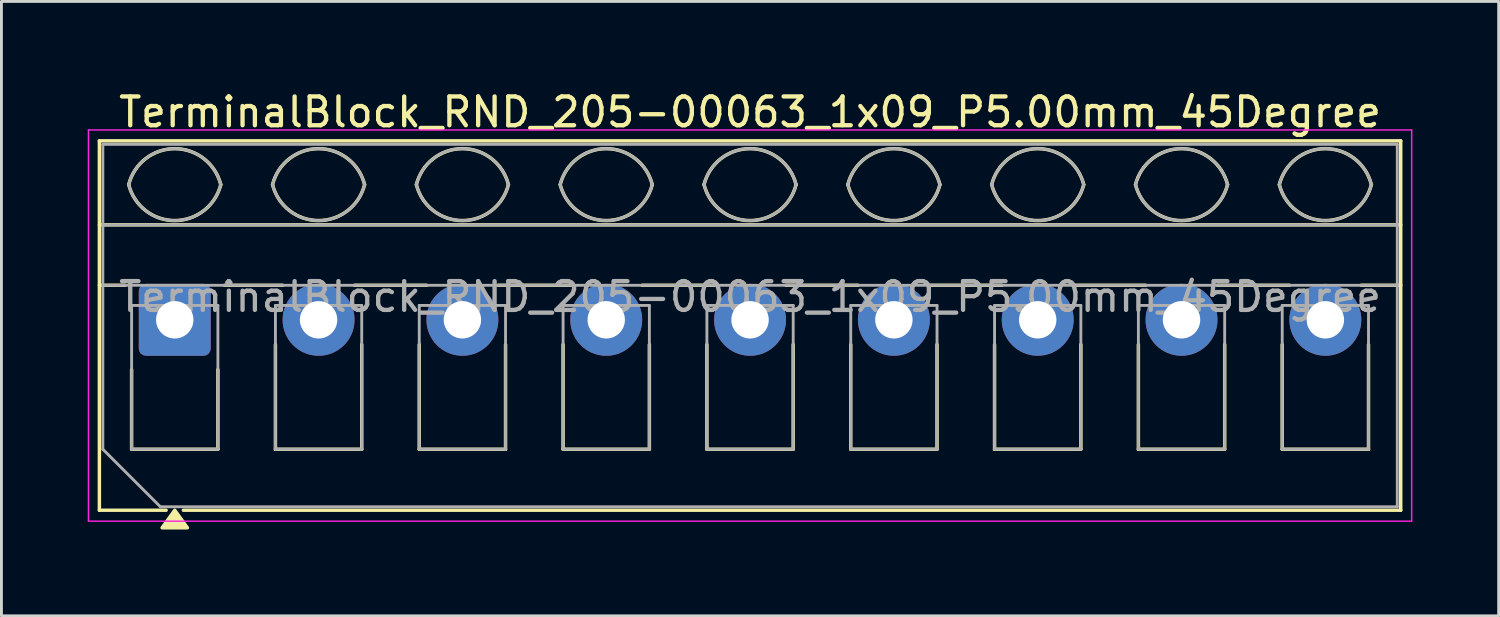
<source format=kicad_pcb>
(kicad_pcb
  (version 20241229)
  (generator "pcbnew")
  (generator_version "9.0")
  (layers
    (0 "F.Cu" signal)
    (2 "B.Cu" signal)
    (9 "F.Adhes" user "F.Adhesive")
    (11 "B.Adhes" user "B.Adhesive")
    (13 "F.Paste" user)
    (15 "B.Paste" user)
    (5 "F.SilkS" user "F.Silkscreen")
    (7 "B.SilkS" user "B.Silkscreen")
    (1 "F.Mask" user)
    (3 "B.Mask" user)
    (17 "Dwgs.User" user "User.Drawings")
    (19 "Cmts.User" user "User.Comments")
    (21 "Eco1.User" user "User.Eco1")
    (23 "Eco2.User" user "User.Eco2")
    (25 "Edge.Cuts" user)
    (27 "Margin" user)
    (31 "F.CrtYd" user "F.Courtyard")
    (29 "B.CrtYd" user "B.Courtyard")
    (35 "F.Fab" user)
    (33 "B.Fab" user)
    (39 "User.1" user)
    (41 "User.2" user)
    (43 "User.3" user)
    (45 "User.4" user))
  (footprint "TerminalBlock_RND_205-00063_1x09_P5.00mm_45Degree"
    (layer "F.Cu")
    (at 3.025 8.068)
    (property "Reference" "TerminalBlock_RND_205-00063_1x09_P5.00mm_45Degree" (at 20 -7.22 0) (layer "F.SilkS") (effects (font (size 1 1) (thickness 0.15))))
    (attr through_hole)
    (fp_line (start -2.62 -6.22) (end -2.62 6.62) (stroke (width 0.12) (type solid)) (layer "F.SilkS"))
    (fp_line (start -2.62 -6.22) (end 42.62 -6.22) (stroke (width 0.12) (type solid)) (layer "F.SilkS"))
    (fp_line (start -2.62 -3.3) (end 42.62 -3.3) (stroke (width 0.12) (type solid)) (layer "F.SilkS"))
    (fp_line (start -2.62 -1.2) (end -1.73 -1.2) (stroke (width 0.12) (type solid)) (layer "F.SilkS"))
    (fp_line (start -2.62 6.62) (end -0.3 6.62) (stroke (width 0.12) (type solid)) (layer "F.SilkS"))
    (fp_line (start -1.5 1.73) (end -1.5 4.5) (stroke (width 0.12) (type solid)) (layer "F.SilkS"))
    (fp_line (start -1.5 4.5) (end 1.5 4.5) (stroke (width 0.12) (type solid)) (layer "F.SilkS"))
    (fp_line (start 0.3 6.62) (end 42.62 6.62) (stroke (width 0.12) (type solid)) (layer "F.SilkS"))
    (fp_line (start 1.5 1.73) (end 1.5 4.5) (stroke (width 0.12) (type solid)) (layer "F.SilkS"))
    (fp_line (start 1.73 -1.2) (end 3.754 -1.2) (stroke (width 0.12) (type solid)) (layer "F.SilkS"))
    (fp_line (start 3.5 0.862) (end 3.5 4.5) (stroke (width 0.12) (type solid)) (layer "F.SilkS"))
    (fp_line (start 3.5 4.5) (end 6.5 4.5) (stroke (width 0.12) (type solid)) (layer "F.SilkS"))
    (fp_line (start 6.246 -1.2) (end 8.754 -1.2) (stroke (width 0.12) (type solid)) (layer "F.SilkS"))
    (fp_line (start 6.5 0.862) (end 6.5 4.5) (stroke (width 0.12) (type solid)) (layer "F.SilkS"))
    (fp_line (start 8.5 0.862) (end 8.5 4.5) (stroke (width 0.12) (type solid)) (layer "F.SilkS"))
    (fp_line (start 8.5 4.5) (end 11.5 4.5) (stroke (width 0.12) (type solid)) (layer "F.SilkS"))
    (fp_line (start 11.246 -1.2) (end 13.754 -1.2) (stroke (width 0.12) (type solid)) (layer "F.SilkS"))
    (fp_line (start 11.5 0.862) (end 11.5 4.5) (stroke (width 0.12) (type solid)) (layer "F.SilkS"))
    (fp_line (start 13.5 0.862) (end 13.5 4.5) (stroke (width 0.12) (type solid)) (layer "F.SilkS"))
    (fp_line (start 13.5 4.5) (end 16.5 4.5) (stroke (width 0.12) (type solid)) (layer "F.SilkS"))
    (fp_line (start 16.246 -1.2) (end 18.754 -1.2) (stroke (width 0.12) (type solid)) (layer "F.SilkS"))
    (fp_line (start 16.5 0.862) (end 16.5 4.5) (stroke (width 0.12) (type solid)) (layer "F.SilkS"))
    (fp_line (start 18.5 0.862) (end 18.5 4.5) (stroke (width 0.12) (type solid)) (layer "F.SilkS"))
    (fp_line (start 18.5 4.5) (end 21.5 4.5) (stroke (width 0.12) (type solid)) (layer "F.SilkS"))
    (fp_line (start 21.246 -1.2) (end 23.754 -1.2) (stroke (width 0.12) (type solid)) (layer "F.SilkS"))
    (fp_line (start 21.5 0.862) (end 21.5 4.5) (stroke (width 0.12) (type solid)) (layer "F.SilkS"))
    (fp_line (start 23.5 0.862) (end 23.5 4.5) (stroke (width 0.12) (type solid)) (layer "F.SilkS"))
    (fp_line (start 23.5 4.5) (end 26.5 4.5) (stroke (width 0.12) (type solid)) (layer "F.SilkS"))
    (fp_line (start 26.246 -1.2) (end 28.754 -1.2) (stroke (width 0.12) (type solid)) (layer "F.SilkS"))
    (fp_line (start 26.5 0.862) (end 26.5 4.5) (stroke (width 0.12) (type solid)) (layer "F.SilkS"))
    (fp_line (start 28.5 0.862) (end 28.5 4.5) (stroke (width 0.12) (type solid)) (layer "F.SilkS"))
    (fp_line (start 28.5 4.5) (end 31.5 4.5) (stroke (width 0.12) (type solid)) (layer "F.SilkS"))
    (fp_line (start 31.246 -1.2) (end 33.754 -1.2) (stroke (width 0.12) (type solid)) (layer "F.SilkS"))
    (fp_line (start 31.5 0.862) (end 31.5 4.5) (stroke (width 0.12) (type solid)) (layer "F.SilkS"))
    (fp_line (start 33.5 0.862) (end 33.5 4.5) (stroke (width 0.12) (type solid)) (layer "F.SilkS"))
    (fp_line (start 33.5 4.5) (end 36.5 4.5) (stroke (width 0.12) (type solid)) (layer "F.SilkS"))
    (fp_line (start 36.246 -1.2) (end 38.754 -1.2) (stroke (width 0.12) (type solid)) (layer "F.SilkS"))
    (fp_line (start 36.5 0.862) (end 36.5 4.5) (stroke (width 0.12) (type solid)) (layer "F.SilkS"))
    (fp_line (start 38.5 0.862) (end 38.5 4.5) (stroke (width 0.12) (type solid)) (layer "F.SilkS"))
    (fp_line (start 38.5 4.5) (end 41.5 4.5) (stroke (width 0.12) (type solid)) (layer "F.SilkS"))
    (fp_line (start 41.246 -1.2) (end 42.62 -1.2) (stroke (width 0.12) (type solid)) (layer "F.SilkS"))
    (fp_line (start 41.5 0.862) (end 41.5 4.5) (stroke (width 0.12) (type solid)) (layer "F.SilkS"))
    (fp_line (start 42.62 -6.22) (end 42.62 6.62) (stroke (width 0.12) (type solid)) (layer "F.SilkS"))
    (fp_arc (start -1.600031 -4.699875) (mid -0.000065 -5.95) (end 1.6 -4.7) (stroke (width 0.12) (type solid)) (layer "F.SilkS"))
    (fp_arc (start 1.6 -4.7) (mid -0.000065 -3.45) (end -1.600031 -4.700125) (stroke (width 0.12) (type solid)) (layer "F.SilkS"))
    (fp_arc (start 3.399969 -4.699875) (mid 4.999935 -5.95) (end 6.6 -4.7) (stroke (width 0.12) (type solid)) (layer "F.SilkS"))
    (fp_arc (start 6.6 -4.7) (mid 4.999935 -3.45) (end 3.399969 -4.700125) (stroke (width 0.12) (type solid)) (layer "F.SilkS"))
    (fp_arc (start 8.399969 -4.699875) (mid 9.999935 -5.95) (end 11.6 -4.7) (stroke (width 0.12) (type solid)) (layer "F.SilkS"))
    (fp_arc (start 11.6 -4.7) (mid 9.999935 -3.45) (end 8.399969 -4.700125) (stroke (width 0.12) (type solid)) (layer "F.SilkS"))
    (fp_arc (start 13.399969 -4.699875) (mid 14.999935 -5.95) (end 16.6 -4.7) (stroke (width 0.12) (type solid)) (layer "F.SilkS"))
    (fp_arc (start 16.6 -4.7) (mid 14.999935 -3.45) (end 13.399969 -4.700125) (stroke (width 0.12) (type solid)) (layer "F.SilkS"))
    (fp_arc (start 18.399969 -4.699875) (mid 19.999935 -5.95) (end 21.6 -4.7) (stroke (width 0.12) (type solid)) (layer "F.SilkS"))
    (fp_arc (start 21.6 -4.7) (mid 19.999935 -3.45) (end 18.399969 -4.700125) (stroke (width 0.12) (type solid)) (layer "F.SilkS"))
    (fp_arc (start 23.399969 -4.699875) (mid 24.999935 -5.95) (end 26.6 -4.7) (stroke (width 0.12) (type solid)) (layer "F.SilkS"))
    (fp_arc (start 26.6 -4.7) (mid 24.999935 -3.45) (end 23.399969 -4.700125) (stroke (width 0.12) (type solid)) (layer "F.SilkS"))
    (fp_arc (start 28.399969 -4.699875) (mid 29.999935 -5.95) (end 31.6 -4.7) (stroke (width 0.12) (type solid)) (layer "F.SilkS"))
    (fp_arc (start 31.6 -4.7) (mid 29.999935 -3.45) (end 28.399969 -4.700125) (stroke (width 0.12) (type solid)) (layer "F.SilkS"))
    (fp_arc (start 33.399969 -4.699875) (mid 34.999935 -5.95) (end 36.6 -4.7) (stroke (width 0.12) (type solid)) (layer "F.SilkS"))
    (fp_arc (start 36.6 -4.7) (mid 34.999935 -3.45) (end 33.399969 -4.700125) (stroke (width 0.12) (type solid)) (layer "F.SilkS"))
    (fp_arc (start 38.399969 -4.699875) (mid 39.999935 -5.95) (end 41.6 -4.7) (stroke (width 0.12) (type solid)) (layer "F.SilkS"))
    (fp_arc (start 41.6 -4.7) (mid 39.999935 -3.45) (end 38.399969 -4.700125) (stroke (width 0.12) (type solid)) (layer "F.SilkS"))
    (fp_poly (pts (xy 0 6.62) (xy 0.44 7.23) (xy -0.44 7.23)) (stroke (width 0.12) (type solid)) (fill yes) (layer "F.SilkS"))
    (fp_line (start -3 -6.6) (end -3 7) (stroke (width 0.05) (type solid)) (layer "F.CrtYd"))
    (fp_line (start -3 7) (end 43 7) (stroke (width 0.05) (type solid)) (layer "F.CrtYd"))
    (fp_line (start 43 -6.6) (end -3 -6.6) (stroke (width 0.05) (type solid)) (layer "F.CrtYd"))
    (fp_line (start 43 7) (end 43 -6.6) (stroke (width 0.05) (type solid)) (layer "F.CrtYd"))
    (fp_line (start -2.5 -6.1) (end 42.5 -6.1) (stroke (width 0.1) (type solid)) (layer "F.Fab"))
    (fp_line (start -2.5 -3.3) (end 42.5 -3.3) (stroke (width 0.1) (type solid)) (layer "F.Fab"))
    (fp_line (start -2.5 -1.2) (end 42.5 -1.2) (stroke (width 0.1) (type solid)) (layer "F.Fab"))
    (fp_line (start -2.5 4.5) (end -2.5 -6.1) (stroke (width 0.1) (type solid)) (layer "F.Fab"))
    (fp_line (start -1.5 -0.5) (end -1.5 4.5) (stroke (width 0.1) (type solid)) (layer "F.Fab"))
    (fp_line (start -1.5 4.5) (end 1.5 4.5) (stroke (width 0.1) (type solid)) (layer "F.Fab"))
    (fp_line (start -0.5 6.5) (end -2.5 4.5) (stroke (width 0.1) (type solid)) (layer "F.Fab"))
    (fp_line (start 1.5 -0.5) (end -1.5 -0.5) (stroke (width 0.1) (type solid)) (layer "F.Fab"))
    (fp_line (start 1.5 4.5) (end 1.5 -0.5) (stroke (width 0.1) (type solid)) (layer "F.Fab"))
    (fp_line (start 3.5 -0.5) (end 3.5 4.5) (stroke (width 0.1) (type solid)) (layer "F.Fab"))
    (fp_line (start 3.5 4.5) (end 6.5 4.5) (stroke (width 0.1) (type solid)) (layer "F.Fab"))
    (fp_line (start 6.5 -0.5) (end 3.5 -0.5) (stroke (width 0.1) (type solid)) (layer "F.Fab"))
    (fp_line (start 6.5 4.5) (end 6.5 -0.5) (stroke (width 0.1) (type solid)) (layer "F.Fab"))
    (fp_line (start 8.5 -0.5) (end 8.5 4.5) (stroke (width 0.1) (type solid)) (layer "F.Fab"))
    (fp_line (start 8.5 4.5) (end 11.5 4.5) (stroke (width 0.1) (type solid)) (layer "F.Fab"))
    (fp_line (start 11.5 -0.5) (end 8.5 -0.5) (stroke (width 0.1) (type solid)) (layer "F.Fab"))
    (fp_line (start 11.5 4.5) (end 11.5 -0.5) (stroke (width 0.1) (type solid)) (layer "F.Fab"))
    (fp_line (start 13.5 -0.5) (end 13.5 4.5) (stroke (width 0.1) (type solid)) (layer "F.Fab"))
    (fp_line (start 13.5 4.5) (end 16.5 4.5) (stroke (width 0.1) (type solid)) (layer "F.Fab"))
    (fp_line (start 16.5 -0.5) (end 13.5 -0.5) (stroke (width 0.1) (type solid)) (layer "F.Fab"))
    (fp_line (start 16.5 4.5) (end 16.5 -0.5) (stroke (width 0.1) (type solid)) (layer "F.Fab"))
    (fp_line (start 18.5 -0.5) (end 18.5 4.5) (stroke (width 0.1) (type solid)) (layer "F.Fab"))
    (fp_line (start 18.5 4.5) (end 21.5 4.5) (stroke (width 0.1) (type solid)) (layer "F.Fab"))
    (fp_line (start 21.5 -0.5) (end 18.5 -0.5) (stroke (width 0.1) (type solid)) (layer "F.Fab"))
    (fp_line (start 21.5 4.5) (end 21.5 -0.5) (stroke (width 0.1) (type solid)) (layer "F.Fab"))
    (fp_line (start 23.5 -0.5) (end 23.5 4.5) (stroke (width 0.1) (type solid)) (layer "F.Fab"))
    (fp_line (start 23.5 4.5) (end 26.5 4.5) (stroke (width 0.1) (type solid)) (layer "F.Fab"))
    (fp_line (start 26.5 -0.5) (end 23.5 -0.5) (stroke (width 0.1) (type solid)) (layer "F.Fab"))
    (fp_line (start 26.5 4.5) (end 26.5 -0.5) (stroke (width 0.1) (type solid)) (layer "F.Fab"))
    (fp_line (start 28.5 -0.5) (end 28.5 4.5) (stroke (width 0.1) (type solid)) (layer "F.Fab"))
    (fp_line (start 28.5 4.5) (end 31.5 4.5) (stroke (width 0.1) (type solid)) (layer "F.Fab"))
    (fp_line (start 31.5 -0.5) (end 28.5 -0.5) (stroke (width 0.1) (type solid)) (layer "F.Fab"))
    (fp_line (start 31.5 4.5) (end 31.5 -0.5) (stroke (width 0.1) (type solid)) (layer "F.Fab"))
    (fp_line (start 33.5 -0.5) (end 33.5 4.5) (stroke (width 0.1) (type solid)) (layer "F.Fab"))
    (fp_line (start 33.5 4.5) (end 36.5 4.5) (stroke (width 0.1) (type solid)) (layer "F.Fab"))
    (fp_line (start 36.5 -0.5) (end 33.5 -0.5) (stroke (width 0.1) (type solid)) (layer "F.Fab"))
    (fp_line (start 36.5 4.5) (end 36.5 -0.5) (stroke (width 0.1) (type solid)) (layer "F.Fab"))
    (fp_line (start 38.5 -0.5) (end 38.5 4.5) (stroke (width 0.1) (type solid)) (layer "F.Fab"))
    (fp_line (start 38.5 4.5) (end 41.5 4.5) (stroke (width 0.1) (type solid)) (layer "F.Fab"))
    (fp_line (start 41.5 -0.5) (end 38.5 -0.5) (stroke (width 0.1) (type solid)) (layer "F.Fab"))
    (fp_line (start 41.5 4.5) (end 41.5 -0.5) (stroke (width 0.1) (type solid)) (layer "F.Fab"))
    (fp_line (start 42.5 -6.1) (end 42.5 6.5) (stroke (width 0.1) (type solid)) (layer "F.Fab"))
    (fp_line (start 42.5 6.5) (end -0.5 6.5) (stroke (width 0.1) (type solid)) (layer "F.Fab"))
    (fp_arc (start -1.600914 -4.700344) (mid 0.000177 -5.95097) (end 1.601 -4.7) (stroke (width 0.1) (type solid)) (layer "F.Fab"))
    (fp_arc (start 1.6 -4.7) (mid -0.000065 -3.45) (end -1.600031 -4.700125) (stroke (width 0.1) (type solid)) (layer "F.Fab"))
    (fp_arc (start 3.399086 -4.700344) (mid 5.000177 -5.95097) (end 6.601 -4.7) (stroke (width 0.1) (type solid)) (layer "F.Fab"))
    (fp_arc (start 6.6 -4.7) (mid 4.999935 -3.45) (end 3.399969 -4.700125) (stroke (width 0.1) (type solid)) (layer "F.Fab"))
    (fp_arc (start 8.399086 -4.700344) (mid 10.000177 -5.95097) (end 11.601 -4.7) (stroke (width 0.1) (type solid)) (layer "F.Fab"))
    (fp_arc (start 11.6 -4.7) (mid 9.999935 -3.45) (end 8.399969 -4.700125) (stroke (width 0.1) (type solid)) (layer "F.Fab"))
    (fp_arc (start 13.399086 -4.700344) (mid 15.000177 -5.95097) (end 16.601 -4.7) (stroke (width 0.1) (type solid)) (layer "F.Fab"))
    (fp_arc (start 16.6 -4.7) (mid 14.999935 -3.45) (end 13.399969 -4.700125) (stroke (width 0.1) (type solid)) (layer "F.Fab"))
    (fp_arc (start 18.399086 -4.700344) (mid 20.000177 -5.95097) (end 21.601 -4.7) (stroke (width 0.1) (type solid)) (layer "F.Fab"))
    (fp_arc (start 21.6 -4.7) (mid 19.999935 -3.45) (end 18.399969 -4.700125) (stroke (width 0.1) (type solid)) (layer "F.Fab"))
    (fp_arc (start 23.399086 -4.700344) (mid 25.000177 -5.95097) (end 26.601 -4.7) (stroke (width 0.1) (type solid)) (layer "F.Fab"))
    (fp_arc (start 26.6 -4.7) (mid 24.999935 -3.45) (end 23.399969 -4.700125) (stroke (width 0.1) (type solid)) (layer "F.Fab"))
    (fp_arc (start 28.399086 -4.700344) (mid 30.000177 -5.95097) (end 31.601 -4.7) (stroke (width 0.1) (type solid)) (layer "F.Fab"))
    (fp_arc (start 31.6 -4.7) (mid 29.999935 -3.45) (end 28.399969 -4.700125) (stroke (width 0.1) (type solid)) (layer "F.Fab"))
    (fp_arc (start 33.399086 -4.700344) (mid 35.000177 -5.95097) (end 36.601 -4.7) (stroke (width 0.1) (type solid)) (layer "F.Fab"))
    (fp_arc (start 36.6 -4.7) (mid 34.999935 -3.45) (end 33.399969 -4.700125) (stroke (width 0.1) (type solid)) (layer "F.Fab"))
    (fp_arc (start 38.399086 -4.700344) (mid 40.000177 -5.95097) (end 41.601 -4.7) (stroke (width 0.1) (type solid)) (layer "F.Fab"))
    (fp_arc (start 41.6 -4.7) (mid 39.999935 -3.45) (end 38.399969 -4.700125) (stroke (width 0.1) (type solid)) (layer "F.Fab"))
    (fp_text user "${REFERENCE}" (at 20 -0.8 0) (layer "F.Fab") (effects (font (size 1 1) (thickness 0.15))))
    (pad "1" thru_hole roundrect (at 0 0) (size 2.5 2.5) (drill 1.3) (layers "*.Cu" "*.Mask") (roundrect_rratio 0.1))
    (pad "2" thru_hole circle (at 5 0) (size 2.5 2.5) (drill 1.3) (layers "*.Cu" "*.Mask"))
    (pad "3" thru_hole circle (at 10 0) (size 2.5 2.5) (drill 1.3) (layers "*.Cu" "*.Mask"))
    (pad "4" thru_hole circle (at 15 0) (size 2.5 2.5) (drill 1.3) (layers "*.Cu" "*.Mask"))
    (pad "5" thru_hole circle (at 20 0) (size 2.5 2.5) (drill 1.3) (layers "*.Cu" "*.Mask"))
    (pad "6" thru_hole circle (at 25 0) (size 2.5 2.5) (drill 1.3) (layers "*.Cu" "*.Mask"))
    (pad "7" thru_hole circle (at 30 0) (size 2.5 2.5) (drill 1.3) (layers "*.Cu" "*.Mask"))
    (pad "8" thru_hole circle (at 35 0) (size 2.5 2.5) (drill 1.3) (layers "*.Cu" "*.Mask"))
    (pad "9" thru_hole circle (at 40 0) (size 2.5 2.5) (drill 1.3) (layers "*.Cu" "*.Mask")))
  (gr_rect
    (start -3 -3)
    (end 49.05 18.358)
    (stroke (width 0.1) (type default))
    (fill no)
    (layer "Edge.Cuts")))
</source>
